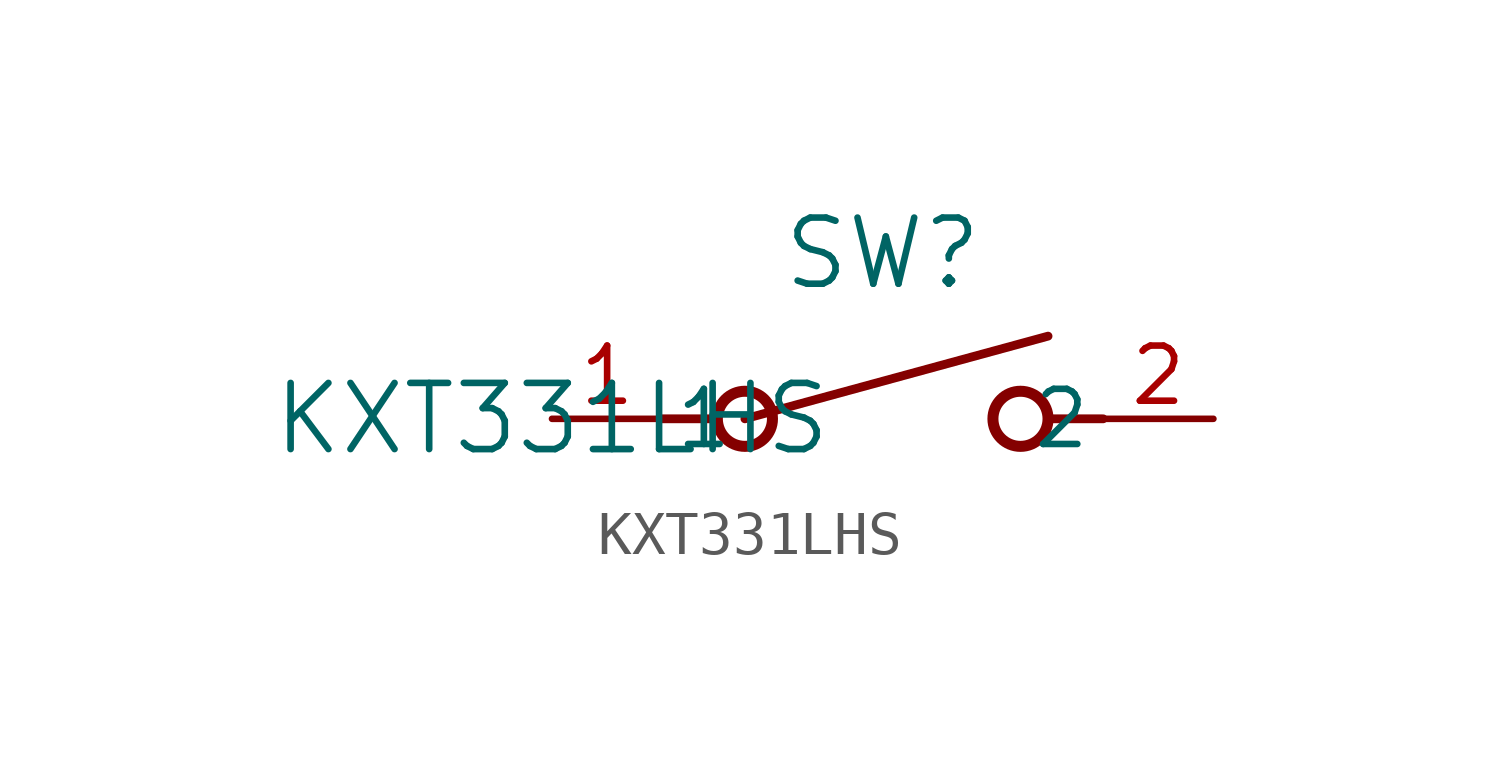
<source format=kicad_sym>
(kicad_symbol_lib
  (version 20211014)
  (generator kicad_symbol_editor)
  (symbol "KXT331LHS"
    (pin_names
      (offset 0.254))
    (property "Reference" "SW"
      (at 7.62 3.81 0)
      (effects (font (size 1.524 1.524))))
    (property "Value" "KXT331LHS"
      (at 0 0 0)
      (effects (font (size 1.524 1.524))))
    (symbol "KXT331LHS_0_1"
      (polyline (pts (xy 2.54 0) (xy 3.81 0)) (stroke (width 0.203) (type default) (color 0 0 0 0)) (fill (type none)))
      (circle (center 10.795 0) (radius 0.635) (stroke (width 0.254) (type default) (color 0 0 0 0)) (fill (type none)))
      (circle (center 4.445 0) (radius 0.635) (stroke (width 0.254) (type default) (color 0 0 0 0)) (fill (type none)))
      (polyline (pts (xy 12.7 0) (xy 11.43 0)) (stroke (width 0.203) (type default) (color 0 0 0 0)) (fill (type none)))
      (polyline (pts (xy 4.445 0) (xy 11.43 1.905)) (stroke (width 0.203) (type default) (color 0 0 0 0)) (fill (type none)))
      (pin unspecified line (at 0 0 0) (length 2.54) (name "1" (effects (font (size 1.27 1.27)))) (number "1" (effects (font (size 1.27 1.27)))))
      (pin unspecified line (at 15.24 0 180) (length 2.54) (name "2" (effects (font (size 1.27 1.27)))) (number "2" (effects (font (size 1.27 1.27))))))))
</source>
